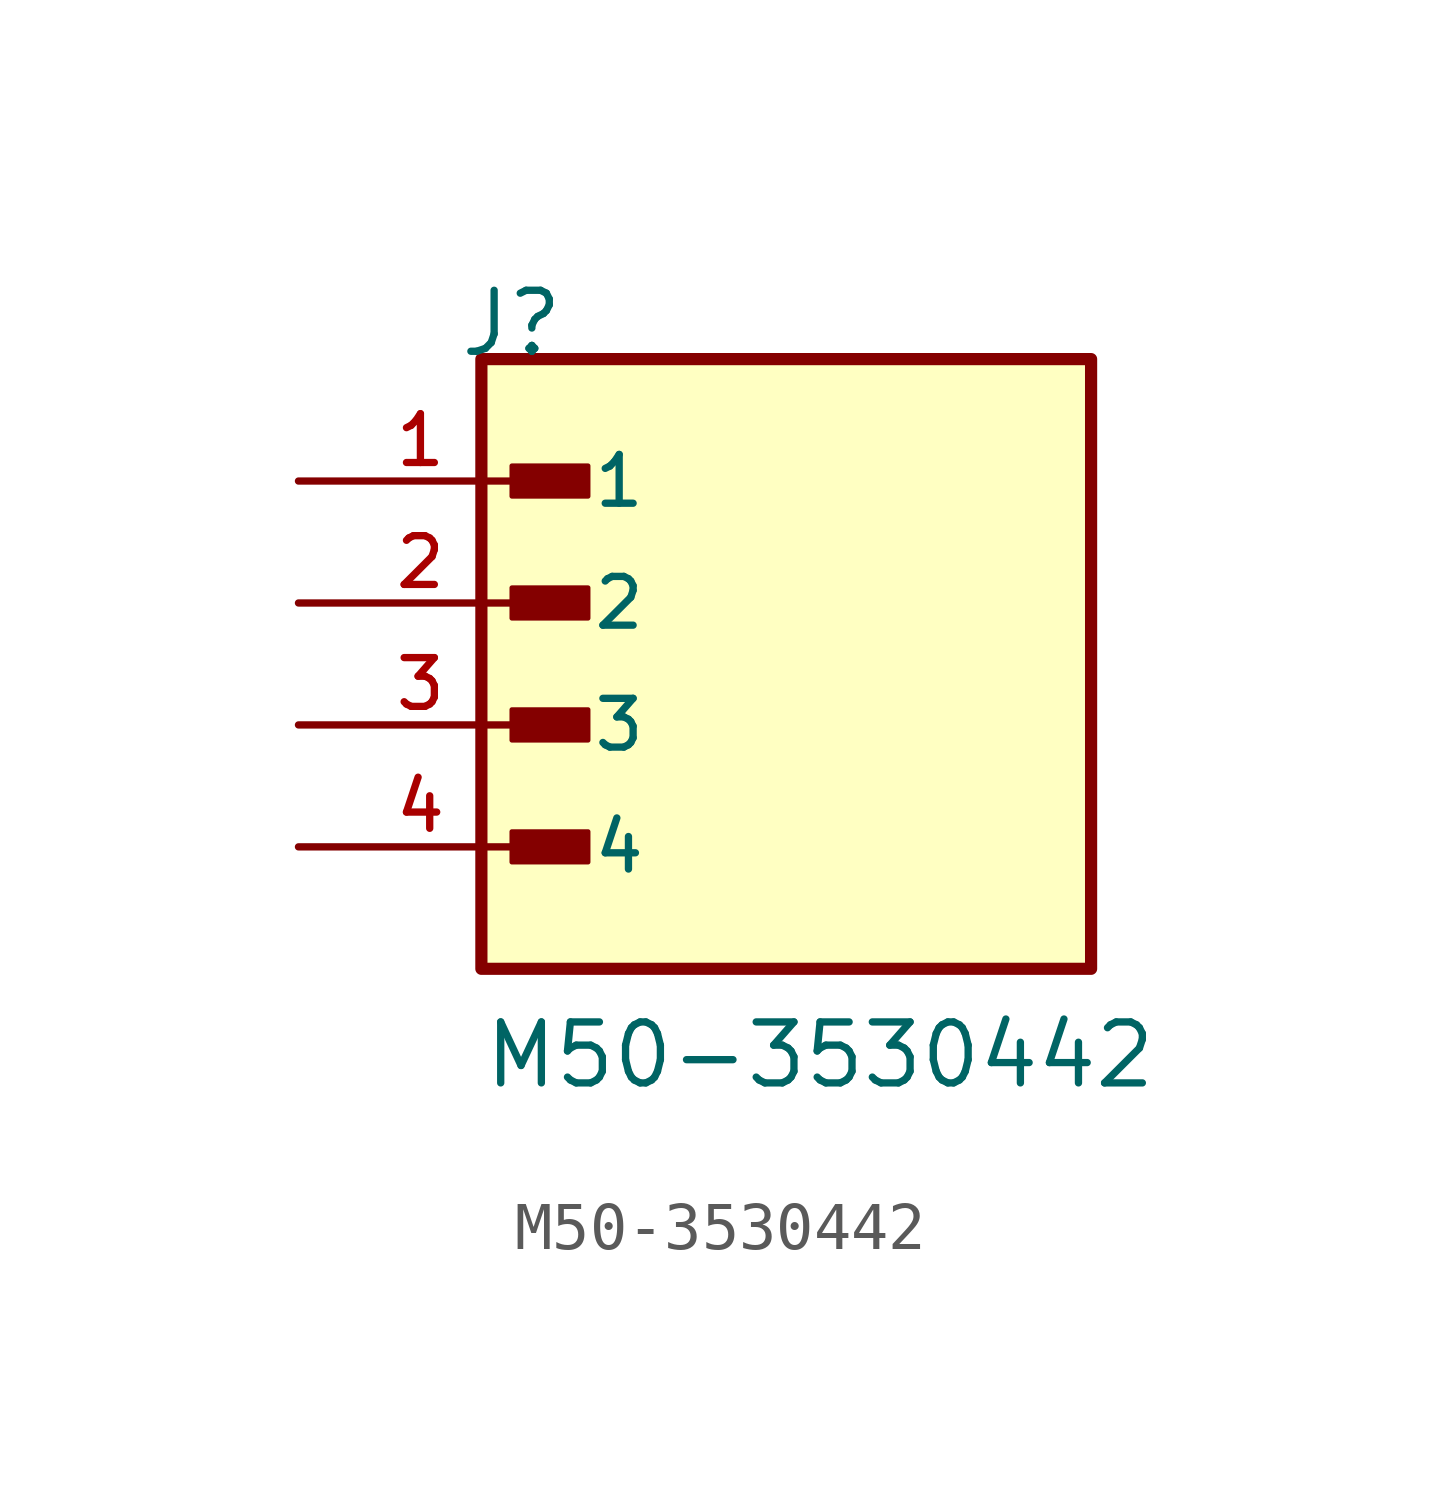
<source format=kicad_sym>
(kicad_symbol_lib
  (version 20231120)
  (generator "kicad_symbol_editor")
  (generator_version "8.0")
  (symbol "M50-3530442"
    (pin_names
      (offset 1.016))
    (property "Reference" "J"
      (at -6.85 7.62 0)
      (effects (font (size 1.27 1.27)) (justify left bottom)))
    (property "Value" "M50-3530442"
      (at -6.35 -7.62 0)
      (effects (font (size 1.27 1.27)) (justify left bottom)))
    (symbol "M50-3530442_0_0"
      (rectangle (start -6.35 -5.08) (end 6.35 7.62) (stroke (width 0.254) (type default)) (fill (type background)))
      (rectangle (start -5.715 -2.857) (end -4.128 -2.223) (stroke (width 0.1) (type default)) (fill (type outline)))
      (rectangle (start -5.715 -0.318) (end -4.128 0.318) (stroke (width 0.1) (type default)) (fill (type outline)))
      (rectangle (start -5.715 2.223) (end -4.128 2.857) (stroke (width 0.1) (type default)) (fill (type outline)))
      (rectangle (start -5.715 4.763) (end -4.128 5.397) (stroke (width 0.1) (type default)) (fill (type outline)))
      (pin passive line (at -10.16 5.08 0) (length 5.08) (name "1" (effects (font (size 1.016 1.016)))) (number "1" (effects (font (size 1.016 1.016)))))
      (pin passive line (at -10.16 2.54 0) (length 5.08) (name "2" (effects (font (size 1.016 1.016)))) (number "2" (effects (font (size 1.016 1.016)))))
      (pin passive line (at -10.16 0 0) (length 5.08) (name "3" (effects (font (size 1.016 1.016)))) (number "3" (effects (font (size 1.016 1.016)))))
      (pin passive line (at -10.16 -2.54 0) (length 5.08) (name "4" (effects (font (size 1.016 1.016)))) (number "4" (effects (font (size 1.016 1.016))))))))
</source>
